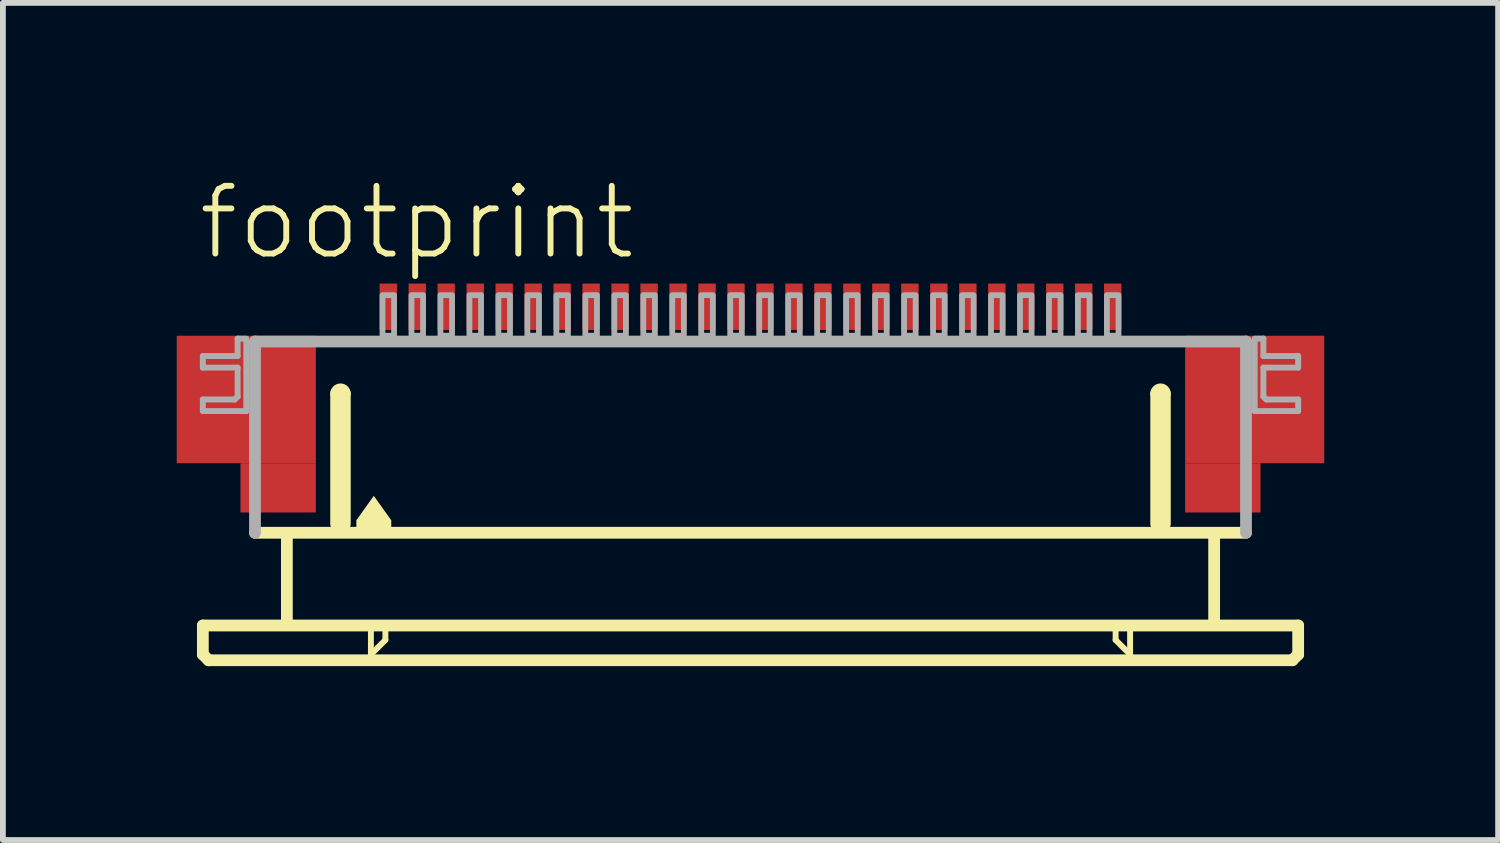
<source format=kicad_pcb>
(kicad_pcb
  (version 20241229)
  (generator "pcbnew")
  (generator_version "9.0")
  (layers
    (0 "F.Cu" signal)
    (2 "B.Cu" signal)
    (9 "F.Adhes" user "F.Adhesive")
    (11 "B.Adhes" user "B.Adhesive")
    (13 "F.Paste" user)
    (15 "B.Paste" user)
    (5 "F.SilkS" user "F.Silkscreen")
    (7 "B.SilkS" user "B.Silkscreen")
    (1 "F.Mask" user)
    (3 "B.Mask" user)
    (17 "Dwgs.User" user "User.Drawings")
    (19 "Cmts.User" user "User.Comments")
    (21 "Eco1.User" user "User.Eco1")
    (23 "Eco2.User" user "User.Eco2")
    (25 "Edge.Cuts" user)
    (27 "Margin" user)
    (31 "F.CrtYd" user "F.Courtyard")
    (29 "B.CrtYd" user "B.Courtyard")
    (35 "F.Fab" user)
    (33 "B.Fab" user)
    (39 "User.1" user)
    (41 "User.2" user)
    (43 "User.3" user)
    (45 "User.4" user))
  (footprint "footprint"
    (layer "F.Cu")
    (at 9.9 4.743)
    (property "Reference" "footprint" (at -9.58 -3.27 0) (layer "F.SilkS") (effects (font (size 1.168 1.168) (thickness 0.102)) (justify left bottom)))
    (fp_poly (pts (xy -9.9 0.2) (xy -7.5 0.2) (xy -7.5 -2) (xy -9.9 -2)) (stroke (width 0) (type solid)) (fill yes) (layer "F.Cu"))
    (fp_poly (pts (xy -8.8 1.05) (xy -7.5 1.05) (xy -7.5 0.2) (xy -8.8 0.2)) (stroke (width 0) (type solid)) (fill yes) (layer "F.Cu"))
    (fp_poly (pts (xy 7.5 0.2) (xy 9.9 0.2) (xy 9.9 -2) (xy 7.5 -2)) (stroke (width 0) (type solid)) (fill yes) (layer "F.Cu"))
    (fp_poly (pts (xy 7.5 1.05) (xy 8.8 1.05) (xy 8.8 0.2) (xy 7.5 0.2)) (stroke (width 0) (type solid)) (fill yes) (layer "F.Cu"))
    (fp_poly (pts (xy -9.9 0.2) (xy -8.75 0.2) (xy -8.75 -2) (xy -9.9 -2)) (stroke (width 0) (type solid)) (fill yes) (layer "F.Mask"))
    (fp_poly (pts (xy -8.8 1.05) (xy -7.5 1.05) (xy -7.5 -2) (xy -8.8 -2)) (stroke (width 0) (type solid)) (fill yes) (layer "F.Mask"))
    (fp_poly (pts (xy 8.8 -2) (xy 7.5 -2) (xy 7.5 1.05) (xy 8.8 1.05)) (stroke (width 0) (type solid)) (fill yes) (layer "F.Mask"))
    (fp_poly (pts (xy 9.9 -2) (xy 8.75 -2) (xy 8.75 0.2) (xy 9.9 0.2)) (stroke (width 0) (type solid)) (fill yes) (layer "F.Mask"))
    (fp_line (start -9.45 3) (end -9.45 3.5) (stroke (width 0.203) (type solid)) (layer "F.SilkS"))
    (fp_line (start -9.45 3.5) (end -9.35 3.6) (stroke (width 0.203) (type solid)) (layer "F.SilkS"))
    (fp_line (start -9.35 3.6) (end 9.35 3.6) (stroke (width 0.203) (type solid)) (layer "F.SilkS"))
    (fp_line (start -8 1.5) (end -8 2.9) (stroke (width 0.203) (type solid)) (layer "F.SilkS"))
    (fp_line (start -7.15 1.25) (end -7.15 -1) (stroke (width 0.203) (type solid)) (layer "F.SilkS"))
    (fp_line (start -7 -1) (end -7 1.25) (stroke (width 0.203) (type solid)) (layer "F.SilkS"))
    (fp_line (start -6.55 3.1) (end -6.55 3.5) (stroke (width 0.102) (type solid)) (layer "F.SilkS"))
    (fp_line (start -6.55 3.5) (end -6.3 3.25) (stroke (width 0.102) (type solid)) (layer "F.SilkS"))
    (fp_line (start -6.3 3.25) (end -6.3 3.1) (stroke (width 0.102) (type solid)) (layer "F.SilkS"))
    (fp_line (start 6.3 3.1) (end 6.3 3.25) (stroke (width 0.102) (type solid)) (layer "F.SilkS"))
    (fp_line (start 6.3 3.25) (end 6.55 3.5) (stroke (width 0.102) (type solid)) (layer "F.SilkS"))
    (fp_line (start 6.55 3.5) (end 6.55 3.1) (stroke (width 0.102) (type solid)) (layer "F.SilkS"))
    (fp_line (start 7 1.25) (end 7 -1) (stroke (width 0.203) (type solid)) (layer "F.SilkS"))
    (fp_line (start 7.15 -1) (end 7.15 1.25) (stroke (width 0.203) (type solid)) (layer "F.SilkS"))
    (fp_line (start 8 1.5) (end 8 2.9) (stroke (width 0.203) (type solid)) (layer "F.SilkS"))
    (fp_line (start 8.55 1.4) (end -8.55 1.4) (stroke (width 0.203) (type solid)) (layer "F.SilkS"))
    (fp_line (start 9.35 3.6) (end 9.45 3.5) (stroke (width 0.203) (type solid)) (layer "F.SilkS"))
    (fp_line (start 9.45 3) (end -9.45 3) (stroke (width 0.203) (type solid)) (layer "F.SilkS"))
    (fp_line (start 9.45 3.5) (end 9.45 3) (stroke (width 0.203) (type solid)) (layer "F.SilkS"))
    (fp_arc (start -7.15 -1) (mid -7.075 -1.075) (end -7 -1) (stroke (width 0.2032) (type solid)) (layer "F.SilkS"))
    (fp_arc (start 7 -1) (mid 7.075 -1.075) (end 7.15 -1) (stroke (width 0.2032) (type solid)) (layer "F.SilkS"))
    (fp_poly (pts (xy -6.199 1.184) (xy -6.199 1.301) (xy -6.801 1.301) (xy -6.801 1.184) (xy -6.5 0.763)) (stroke (width 0) (type solid)) (fill yes) (layer "F.SilkS"))
    (fp_poly (pts (xy -9.7 0.05) (xy -7.7 0.05) (xy -7.7 -1.85) (xy -9.7 -1.85)) (stroke (width 0) (type solid)) (fill yes) (layer "F.Paste"))
    (fp_poly (pts (xy 9.7 -1.85) (xy 7.7 -1.85) (xy 7.7 0.05) (xy 9.7 0.05)) (stroke (width 0) (type solid)) (fill yes) (layer "F.Paste"))
    (fp_line (start -9.45 -1.65) (end -9.45 -1.45) (stroke (width 0.102) (type solid)) (layer "F.Fab"))
    (fp_line (start -9.45 -1.45) (end -8.85 -1.45) (stroke (width 0.102) (type solid)) (layer "F.Fab"))
    (fp_line (start -9.45 -0.9) (end -9.45 -0.7) (stroke (width 0.102) (type solid)) (layer "F.Fab"))
    (fp_line (start -9.45 -0.7) (end -8.7 -0.7) (stroke (width 0.102) (type solid)) (layer "F.Fab"))
    (fp_line (start -8.9 -0.9) (end -9.45 -0.9) (stroke (width 0.102) (type solid)) (layer "F.Fab"))
    (fp_line (start -8.85 -1.95) (end -8.85 -1.65) (stroke (width 0.102) (type solid)) (layer "F.Fab"))
    (fp_line (start -8.85 -1.65) (end -9.45 -1.65) (stroke (width 0.102) (type solid)) (layer "F.Fab"))
    (fp_line (start -8.85 -1.45) (end -8.85 -0.95) (stroke (width 0.102) (type solid)) (layer "F.Fab"))
    (fp_line (start -8.85 -0.95) (end -8.9 -0.9) (stroke (width 0.102) (type solid)) (layer "F.Fab"))
    (fp_line (start -8.7 -1.95) (end -8.85 -1.95) (stroke (width 0.102) (type solid)) (layer "F.Fab"))
    (fp_line (start -8.7 -0.7) (end -8.7 -1.9) (stroke (width 0.102) (type solid)) (layer "F.Fab"))
    (fp_line (start -8.55 -1.9) (end 8.55 -1.9) (stroke (width 0.203) (type solid)) (layer "F.Fab"))
    (fp_line (start -8.55 1.4) (end -8.55 -1.9) (stroke (width 0.203) (type solid)) (layer "F.Fab"))
    (fp_line (start 8.55 -1.9) (end 8.55 1.4) (stroke (width 0.203) (type solid)) (layer "F.Fab"))
    (fp_line (start 8.7 -1.95) (end 8.85 -1.95) (stroke (width 0.102) (type solid)) (layer "F.Fab"))
    (fp_line (start 8.7 -0.7) (end 8.7 -1.9) (stroke (width 0.102) (type solid)) (layer "F.Fab"))
    (fp_line (start 8.85 -1.95) (end 8.85 -1.65) (stroke (width 0.102) (type solid)) (layer "F.Fab"))
    (fp_line (start 8.85 -1.65) (end 9.45 -1.65) (stroke (width 0.102) (type solid)) (layer "F.Fab"))
    (fp_line (start 8.85 -1.45) (end 8.85 -0.95) (stroke (width 0.102) (type solid)) (layer "F.Fab"))
    (fp_line (start 8.85 -0.95) (end 8.9 -0.9) (stroke (width 0.102) (type solid)) (layer "F.Fab"))
    (fp_line (start 8.9 -0.9) (end 9.45 -0.9) (stroke (width 0.102) (type solid)) (layer "F.Fab"))
    (fp_line (start 9.45 -1.65) (end 9.45 -1.45) (stroke (width 0.102) (type solid)) (layer "F.Fab"))
    (fp_line (start 9.45 -1.45) (end 8.85 -1.45) (stroke (width 0.102) (type solid)) (layer "F.Fab"))
    (fp_line (start 9.45 -0.9) (end 9.45 -0.7) (stroke (width 0.102) (type solid)) (layer "F.Fab"))
    (fp_line (start 9.45 -0.7) (end 8.7 -0.7) (stroke (width 0.102) (type solid)) (layer "F.Fab"))
    (fp_poly (pts (xy -6.35 -2) (xy -6.15 -2) (xy -6.15 -2.7) (xy -6.35 -2.7)) (stroke (width 0.1) (type solid)) (fill no) (layer "F.Fab"))
    (fp_poly (pts (xy -5.85 -2) (xy -5.65 -2) (xy -5.65 -2.7) (xy -5.85 -2.7)) (stroke (width 0.1) (type solid)) (fill no) (layer "F.Fab"))
    (fp_poly (pts (xy -5.35 -2) (xy -5.15 -2) (xy -5.15 -2.7) (xy -5.35 -2.7)) (stroke (width 0.1) (type solid)) (fill no) (layer "F.Fab"))
    (fp_poly (pts (xy -4.85 -2) (xy -4.65 -2) (xy -4.65 -2.7) (xy -4.85 -2.7)) (stroke (width 0.1) (type solid)) (fill no) (layer "F.Fab"))
    (fp_poly (pts (xy -4.35 -2) (xy -4.15 -2) (xy -4.15 -2.7) (xy -4.35 -2.7)) (stroke (width 0.1) (type solid)) (fill no) (layer "F.Fab"))
    (fp_poly (pts (xy -3.85 -2) (xy -3.65 -2) (xy -3.65 -2.7) (xy -3.85 -2.7)) (stroke (width 0.1) (type solid)) (fill no) (layer "F.Fab"))
    (fp_poly (pts (xy -3.35 -2) (xy -3.15 -2) (xy -3.15 -2.7) (xy -3.35 -2.7)) (stroke (width 0.1) (type solid)) (fill no) (layer "F.Fab"))
    (fp_poly (pts (xy -2.85 -2) (xy -2.65 -2) (xy -2.65 -2.7) (xy -2.85 -2.7)) (stroke (width 0.1) (type solid)) (fill no) (layer "F.Fab"))
    (fp_poly (pts (xy -2.35 -2) (xy -2.15 -2) (xy -2.15 -2.7) (xy -2.35 -2.7)) (stroke (width 0.1) (type solid)) (fill no) (layer "F.Fab"))
    (fp_poly (pts (xy -1.85 -2) (xy -1.65 -2) (xy -1.65 -2.7) (xy -1.85 -2.7)) (stroke (width 0.1) (type solid)) (fill no) (layer "F.Fab"))
    (fp_poly (pts (xy -1.35 -2) (xy -1.15 -2) (xy -1.15 -2.7) (xy -1.35 -2.7)) (stroke (width 0.1) (type solid)) (fill no) (layer "F.Fab"))
    (fp_poly (pts (xy -0.85 -2) (xy -0.65 -2) (xy -0.65 -2.7) (xy -0.85 -2.7)) (stroke (width 0.1) (type solid)) (fill no) (layer "F.Fab"))
    (fp_poly (pts (xy -0.35 -2) (xy -0.15 -2) (xy -0.15 -2.7) (xy -0.35 -2.7)) (stroke (width 0.1) (type solid)) (fill no) (layer "F.Fab"))
    (fp_poly (pts (xy 0.15 -2) (xy 0.35 -2) (xy 0.35 -2.7) (xy 0.15 -2.7)) (stroke (width 0.1) (type solid)) (fill no) (layer "F.Fab"))
    (fp_poly (pts (xy 0.65 -2) (xy 0.85 -2) (xy 0.85 -2.7) (xy 0.65 -2.7)) (stroke (width 0.1) (type solid)) (fill no) (layer "F.Fab"))
    (fp_poly (pts (xy 1.15 -2) (xy 1.35 -2) (xy 1.35 -2.7) (xy 1.15 -2.7)) (stroke (width 0.1) (type solid)) (fill no) (layer "F.Fab"))
    (fp_poly (pts (xy 1.65 -2) (xy 1.85 -2) (xy 1.85 -2.7) (xy 1.65 -2.7)) (stroke (width 0.1) (type solid)) (fill no) (layer "F.Fab"))
    (fp_poly (pts (xy 2.15 -2) (xy 2.35 -2) (xy 2.35 -2.7) (xy 2.15 -2.7)) (stroke (width 0.1) (type solid)) (fill no) (layer "F.Fab"))
    (fp_poly (pts (xy 2.65 -2) (xy 2.85 -2) (xy 2.85 -2.7) (xy 2.65 -2.7)) (stroke (width 0.1) (type solid)) (fill no) (layer "F.Fab"))
    (fp_poly (pts (xy 3.15 -2) (xy 3.35 -2) (xy 3.35 -2.7) (xy 3.15 -2.7)) (stroke (width 0.1) (type solid)) (fill no) (layer "F.Fab"))
    (fp_poly (pts (xy 3.65 -2) (xy 3.85 -2) (xy 3.85 -2.7) (xy 3.65 -2.7)) (stroke (width 0.1) (type solid)) (fill no) (layer "F.Fab"))
    (fp_poly (pts (xy 4.15 -2) (xy 4.35 -2) (xy 4.35 -2.7) (xy 4.15 -2.7)) (stroke (width 0.1) (type solid)) (fill no) (layer "F.Fab"))
    (fp_poly (pts (xy 4.65 -2) (xy 4.85 -2) (xy 4.85 -2.7) (xy 4.65 -2.7)) (stroke (width 0.1) (type solid)) (fill no) (layer "F.Fab"))
    (fp_poly (pts (xy 5.15 -2) (xy 5.35 -2) (xy 5.35 -2.7) (xy 5.15 -2.7)) (stroke (width 0.1) (type solid)) (fill no) (layer "F.Fab"))
    (fp_poly (pts (xy 5.65 -2) (xy 5.85 -2) (xy 5.85 -2.7) (xy 5.65 -2.7)) (stroke (width 0.1) (type solid)) (fill no) (layer "F.Fab"))
    (fp_poly (pts (xy 6.15 -2) (xy 6.35 -2) (xy 6.35 -2.7) (xy 6.15 -2.7)) (stroke (width 0.1) (type solid)) (fill no) (layer "F.Fab"))
    (pad "1" smd rect (at -6.25 -2.5) (size 0.3 0.8) (layers "F.Cu" "F.Mask" "F.Paste"))
    (pad "2" smd rect (at -5.75 -2.5) (size 0.3 0.8) (layers "F.Cu" "F.Mask" "F.Paste"))
    (pad "3" smd rect (at -5.25 -2.5) (size 0.3 0.8) (layers "F.Cu" "F.Mask" "F.Paste"))
    (pad "4" smd rect (at -4.75 -2.5) (size 0.3 0.8) (layers "F.Cu" "F.Mask" "F.Paste"))
    (pad "5" smd rect (at -4.25 -2.5) (size 0.3 0.8) (layers "F.Cu" "F.Mask" "F.Paste"))
    (pad "6" smd rect (at -3.75 -2.5) (size 0.3 0.8) (layers "F.Cu" "F.Mask" "F.Paste"))
    (pad "7" smd rect (at -3.25 -2.5) (size 0.3 0.8) (layers "F.Cu" "F.Mask" "F.Paste"))
    (pad "8" smd rect (at -2.75 -2.5) (size 0.3 0.8) (layers "F.Cu" "F.Mask" "F.Paste"))
    (pad "9" smd rect (at -2.25 -2.5) (size 0.3 0.8) (layers "F.Cu" "F.Mask" "F.Paste"))
    (pad "10" smd rect (at -1.75 -2.5) (size 0.3 0.8) (layers "F.Cu" "F.Mask" "F.Paste"))
    (pad "11" smd rect (at -1.25 -2.5) (size 0.3 0.8) (layers "F.Cu" "F.Mask" "F.Paste"))
    (pad "12" smd rect (at -0.75 -2.5) (size 0.3 0.8) (layers "F.Cu" "F.Mask" "F.Paste"))
    (pad "13" smd rect (at -0.25 -2.5) (size 0.3 0.8) (layers "F.Cu" "F.Mask" "F.Paste"))
    (pad "14" smd rect (at 0.25 -2.5) (size 0.3 0.8) (layers "F.Cu" "F.Mask" "F.Paste"))
    (pad "15" smd rect (at 0.75 -2.5) (size 0.3 0.8) (layers "F.Cu" "F.Mask" "F.Paste"))
    (pad "16" smd rect (at 1.25 -2.5) (size 0.3 0.8) (layers "F.Cu" "F.Mask" "F.Paste"))
    (pad "17" smd rect (at 1.75 -2.5) (size 0.3 0.8) (layers "F.Cu" "F.Mask" "F.Paste"))
    (pad "18" smd rect (at 2.25 -2.5) (size 0.3 0.8) (layers "F.Cu" "F.Mask" "F.Paste"))
    (pad "19" smd rect (at 2.75 -2.5) (size 0.3 0.8) (layers "F.Cu" "F.Mask" "F.Paste"))
    (pad "20" smd rect (at 3.25 -2.5) (size 0.3 0.8) (layers "F.Cu" "F.Mask" "F.Paste"))
    (pad "21" smd rect (at 3.75 -2.5) (size 0.3 0.8) (layers "F.Cu" "F.Mask" "F.Paste"))
    (pad "22" smd rect (at 4.25 -2.5) (size 0.3 0.8) (layers "F.Cu" "F.Mask" "F.Paste"))
    (pad "23" smd rect (at 4.75 -2.5) (size 0.3 0.8) (layers "F.Cu" "F.Mask" "F.Paste"))
    (pad "24" smd rect (at 5.25 -2.5) (size 0.3 0.8) (layers "F.Cu" "F.Mask" "F.Paste"))
    (pad "25" smd rect (at 5.75 -2.5) (size 0.3 0.8) (layers "F.Cu" "F.Mask" "F.Paste"))
    (pad "26" smd rect (at 6.25 -2.5) (size 0.3 0.8) (layers "F.Cu" "F.Mask" "F.Paste")))
  (gr_rect
    (start -3 -3)
    (end 22.8 11.445)
    (stroke (width 0.1) (type default))
    (fill no)
    (layer "Edge.Cuts")))
</source>
